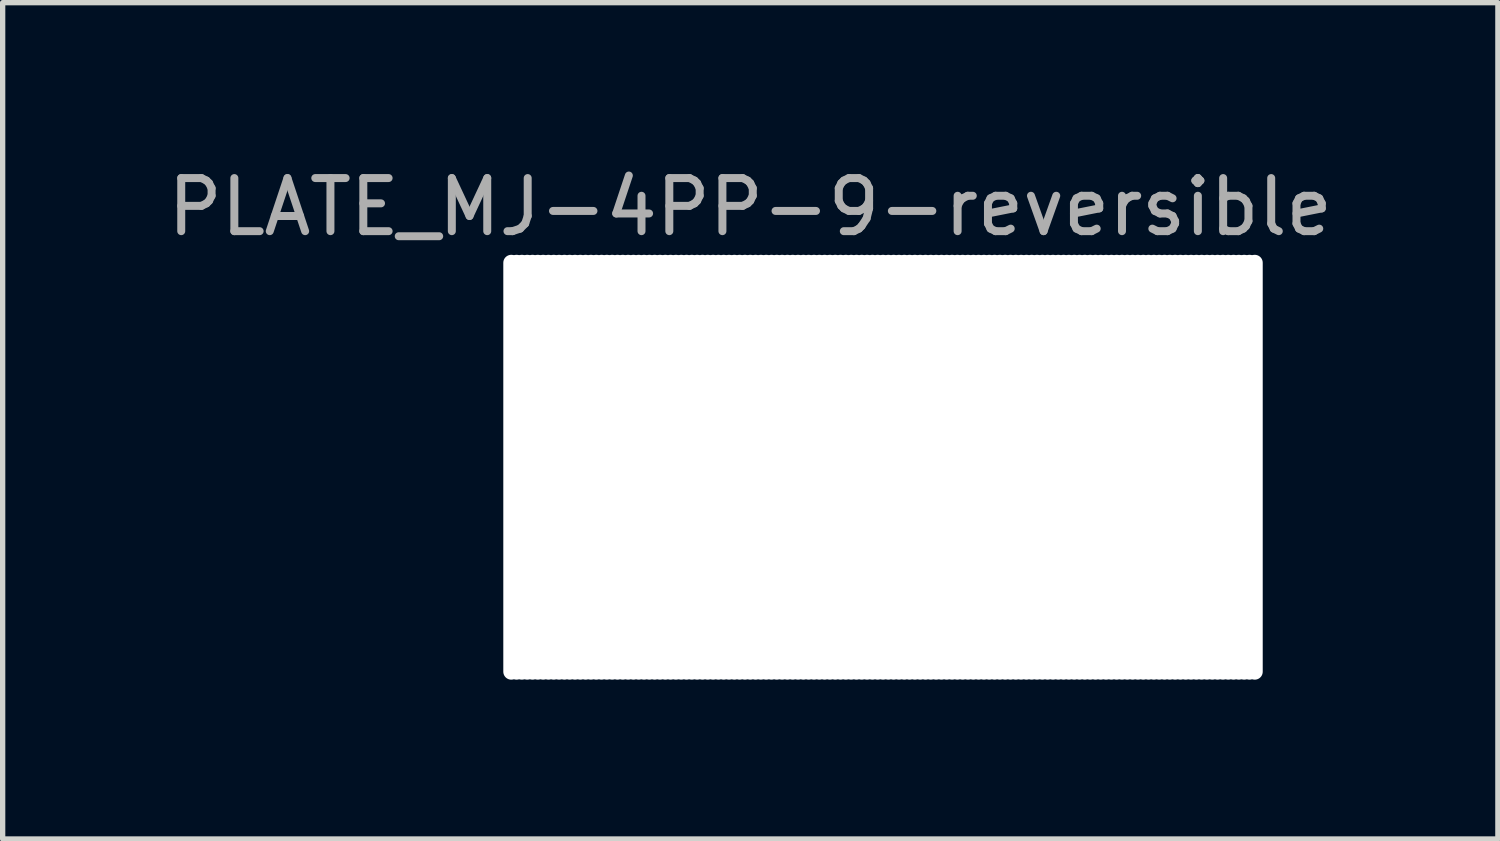
<source format=kicad_pcb>
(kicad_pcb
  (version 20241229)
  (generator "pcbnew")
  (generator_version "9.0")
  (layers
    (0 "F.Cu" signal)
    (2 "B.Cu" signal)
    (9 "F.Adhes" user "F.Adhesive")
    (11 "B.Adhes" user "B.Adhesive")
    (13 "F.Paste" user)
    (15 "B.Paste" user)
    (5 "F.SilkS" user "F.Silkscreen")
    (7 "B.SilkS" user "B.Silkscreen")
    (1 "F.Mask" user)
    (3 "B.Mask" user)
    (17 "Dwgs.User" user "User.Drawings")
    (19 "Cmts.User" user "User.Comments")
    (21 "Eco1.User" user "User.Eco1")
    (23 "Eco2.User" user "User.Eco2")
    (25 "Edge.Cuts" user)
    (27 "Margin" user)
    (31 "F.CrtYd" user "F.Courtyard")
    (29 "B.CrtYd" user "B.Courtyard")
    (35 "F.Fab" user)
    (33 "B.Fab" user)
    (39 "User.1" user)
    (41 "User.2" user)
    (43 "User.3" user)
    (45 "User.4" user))
  (footprint "PLATE_MJ-4PP-9-reversible"
    (layer "F.Cu")
    (at 8.577 5.748)
    (property "Reference" "PLATE_MJ-4PP-9-reversible" (at 2.5 -4.9 0) (layer "F.Fab") (effects (font (size 1 1) (thickness 0.15))))
    (attr through_hole)
    (pad "" np_thru_hole oval (at -2 0) (size 0.3 8) (drill oval 0.3 8) (layers "*.Cu" "*.Mask"))
    (pad "" np_thru_hole oval (at -1.9 0) (size 0.3 8) (drill oval 0.3 8) (layers "*.Cu" "*.Mask"))
    (pad "" np_thru_hole oval (at -1.8 0) (size 0.3 8) (drill oval 0.3 8) (layers "*.Cu" "*.Mask"))
    (pad "" np_thru_hole oval (at -1.7 0) (size 0.3 8) (drill oval 0.3 8) (layers "*.Cu" "*.Mask"))
    (pad "" np_thru_hole oval (at -1.6 0) (size 0.3 8) (drill oval 0.3 8) (layers "*.Cu" "*.Mask"))
    (pad "" np_thru_hole oval (at -1.5 0) (size 0.3 8) (drill oval 0.3 8) (layers "*.Cu" "*.Mask"))
    (pad "" np_thru_hole oval (at -1.4 0) (size 0.3 8) (drill oval 0.3 8) (layers "*.Cu" "*.Mask"))
    (pad "" np_thru_hole oval (at -1.3 0) (size 0.3 8) (drill oval 0.3 8) (layers "*.Cu" "*.Mask"))
    (pad "" np_thru_hole oval (at -1.2 0) (size 0.3 8) (drill oval 0.3 8) (layers "*.Cu" "*.Mask"))
    (pad "" np_thru_hole oval (at -1.1 0) (size 0.3 8) (drill oval 0.3 8) (layers "*.Cu" "*.Mask"))
    (pad "" np_thru_hole oval (at -1 0) (size 0.3 8) (drill oval 0.3 8) (layers "*.Cu" "*.Mask"))
    (pad "" np_thru_hole oval (at -0.9 0) (size 0.3 8) (drill oval 0.3 8) (layers "*.Cu" "*.Mask"))
    (pad "" np_thru_hole oval (at -0.8 0) (size 0.3 8) (drill oval 0.3 8) (layers "*.Cu" "*.Mask"))
    (pad "" np_thru_hole oval (at -0.7 0) (size 0.3 8) (drill oval 0.3 8) (layers "*.Cu" "*.Mask"))
    (pad "" np_thru_hole oval (at -0.6 0) (size 0.3 8) (drill oval 0.3 8) (layers "*.Cu" "*.Mask"))
    (pad "" np_thru_hole oval (at -0.5 0) (size 0.3 8) (drill oval 0.3 8) (layers "*.Cu" "*.Mask"))
    (pad "" np_thru_hole oval (at -0.4 0) (size 0.3 8) (drill oval 0.3 8) (layers "*.Cu" "*.Mask"))
    (pad "" np_thru_hole oval (at -0.3 0) (size 0.3 8) (drill oval 0.3 8) (layers "*.Cu" "*.Mask"))
    (pad "" np_thru_hole oval (at -0.2 0) (size 0.3 8) (drill oval 0.3 8) (layers "*.Cu" "*.Mask"))
    (pad "" np_thru_hole oval (at -0.1 0) (size 0.3 8) (drill oval 0.3 8) (layers "*.Cu" "*.Mask"))
    (pad "" np_thru_hole oval (at 0 0) (size 0.3 8) (drill oval 0.3 8) (layers "*.Cu" "*.Mask"))
    (pad "" np_thru_hole oval (at 0.1 0) (size 0.3 8) (drill oval 0.3 8) (layers "*.Cu" "*.Mask"))
    (pad "" np_thru_hole oval (at 0.2 0) (size 0.3 8) (drill oval 0.3 8) (layers "*.Cu" "*.Mask"))
    (pad "" np_thru_hole oval (at 0.3 0) (size 0.3 8) (drill oval 0.3 8) (layers "*.Cu" "*.Mask"))
    (pad "" np_thru_hole oval (at 0.4 0) (size 0.3 8) (drill oval 0.3 8) (layers "*.Cu" "*.Mask"))
    (pad "" np_thru_hole oval (at 0.5 0) (size 0.3 8) (drill oval 0.3 8) (layers "*.Cu" "*.Mask"))
    (pad "" np_thru_hole oval (at 0.6 0) (size 0.3 8) (drill oval 0.3 8) (layers "*.Cu" "*.Mask"))
    (pad "" np_thru_hole oval (at 0.7 0) (size 0.3 8) (drill oval 0.3 8) (layers "*.Cu" "*.Mask"))
    (pad "" np_thru_hole oval (at 0.8 0) (size 0.3 8) (drill oval 0.3 8) (layers "*.Cu" "*.Mask"))
    (pad "" np_thru_hole oval (at 0.9 0) (size 0.3 8) (drill oval 0.3 8) (layers "*.Cu" "*.Mask"))
    (pad "" np_thru_hole oval (at 1 0) (size 0.3 8) (drill oval 0.3 8) (layers "*.Cu" "*.Mask"))
    (pad "" np_thru_hole oval (at 1.1 0) (size 0.3 8) (drill oval 0.3 8) (layers "*.Cu" "*.Mask"))
    (pad "" np_thru_hole oval (at 1.2 0) (size 0.3 8) (drill oval 0.3 8) (layers "*.Cu" "*.Mask"))
    (pad "" np_thru_hole oval (at 1.3 0) (size 0.3 8) (drill oval 0.3 8) (layers "*.Cu" "*.Mask"))
    (pad "" np_thru_hole oval (at 1.4 0) (size 0.3 8) (drill oval 0.3 8) (layers "*.Cu" "*.Mask"))
    (pad "" np_thru_hole oval (at 1.5 0) (size 0.3 8) (drill oval 0.3 8) (layers "*.Cu" "*.Mask"))
    (pad "" np_thru_hole oval (at 1.6 0) (size 0.3 8) (drill oval 0.3 8) (layers "*.Cu" "*.Mask"))
    (pad "" np_thru_hole oval (at 1.7 0) (size 0.3 8) (drill oval 0.3 8) (layers "*.Cu" "*.Mask"))
    (pad "" np_thru_hole oval (at 1.8 0) (size 0.3 8) (drill oval 0.3 8) (layers "*.Cu" "*.Mask"))
    (pad "" np_thru_hole oval (at 1.9 0) (size 0.3 8) (drill oval 0.3 8) (layers "*.Cu" "*.Mask"))
    (pad "" np_thru_hole oval (at 2 0) (size 0.3 8) (drill oval 0.3 8) (layers "*.Cu" "*.Mask"))
    (pad "" np_thru_hole oval (at 2.1 0) (size 0.3 8) (drill oval 0.3 8) (layers "*.Cu" "*.Mask"))
    (pad "" np_thru_hole oval (at 2.2 0) (size 0.3 8) (drill oval 0.3 8) (layers "*.Cu" "*.Mask"))
    (pad "" np_thru_hole oval (at 2.3 0) (size 0.3 8) (drill oval 0.3 8) (layers "*.Cu" "*.Mask"))
    (pad "" np_thru_hole oval (at 2.4 0) (size 0.3 8) (drill oval 0.3 8) (layers "*.Cu" "*.Mask"))
    (pad "" np_thru_hole oval (at 2.5 0) (size 0.3 8) (drill oval 0.3 8) (layers "*.Cu" "*.Mask"))
    (pad "" np_thru_hole oval (at 2.6 0) (size 0.3 8) (drill oval 0.3 8) (layers "*.Cu" "*.Mask"))
    (pad "" np_thru_hole oval (at 2.7 0) (size 0.3 8) (drill oval 0.3 8) (layers "*.Cu" "*.Mask"))
    (pad "" np_thru_hole oval (at 2.8 0) (size 0.3 8) (drill oval 0.3 8) (layers "*.Cu" "*.Mask"))
    (pad "" np_thru_hole oval (at 2.9 0) (size 0.3 8) (drill oval 0.3 8) (layers "*.Cu" "*.Mask"))
    (pad "" np_thru_hole oval (at 3 0) (size 0.3 8) (drill oval 0.3 8) (layers "*.Cu" "*.Mask"))
    (pad "" np_thru_hole oval (at 3.1 0) (size 0.3 8) (drill oval 0.3 8) (layers "*.Cu" "*.Mask"))
    (pad "" np_thru_hole oval (at 3.2 0) (size 0.3 8) (drill oval 0.3 8) (layers "*.Cu" "*.Mask"))
    (pad "" np_thru_hole oval (at 3.3 0) (size 0.3 8) (drill oval 0.3 8) (layers "*.Cu" "*.Mask"))
    (pad "" np_thru_hole oval (at 3.4 0) (size 0.3 8) (drill oval 0.3 8) (layers "*.Cu" "*.Mask"))
    (pad "" np_thru_hole oval (at 3.5 0) (size 0.3 8) (drill oval 0.3 8) (layers "*.Cu" "*.Mask"))
    (pad "" np_thru_hole oval (at 3.6 0) (size 0.3 8) (drill oval 0.3 8) (layers "*.Cu" "*.Mask"))
    (pad "" np_thru_hole oval (at 3.7 0) (size 0.3 8) (drill oval 0.3 8) (layers "*.Cu" "*.Mask"))
    (pad "" np_thru_hole oval (at 3.8 0) (size 0.3 8) (drill oval 0.3 8) (layers "*.Cu" "*.Mask"))
    (pad "" np_thru_hole oval (at 3.9 0) (size 0.3 8) (drill oval 0.3 8) (layers "*.Cu" "*.Mask"))
    (pad "" np_thru_hole oval (at 4 0) (size 0.3 8) (drill oval 0.3 8) (layers "*.Cu" "*.Mask"))
    (pad "" np_thru_hole oval (at 4.1 0) (size 0.3 8) (drill oval 0.3 8) (layers "*.Cu" "*.Mask"))
    (pad "" np_thru_hole oval (at 4.2 0) (size 0.3 8) (drill oval 0.3 8) (layers "*.Cu" "*.Mask"))
    (pad "" np_thru_hole oval (at 4.3 0) (size 0.3 8) (drill oval 0.3 8) (layers "*.Cu" "*.Mask"))
    (pad "" np_thru_hole oval (at 4.4 0) (size 0.3 8) (drill oval 0.3 8) (layers "*.Cu" "*.Mask"))
    (pad "" np_thru_hole oval (at 4.5 0) (size 0.3 8) (drill oval 0.3 8) (layers "*.Cu" "*.Mask"))
    (pad "" np_thru_hole oval (at 4.6 0) (size 0.3 8) (drill oval 0.3 8) (layers "*.Cu" "*.Mask"))
    (pad "" np_thru_hole oval (at 4.7 0) (size 0.3 8) (drill oval 0.3 8) (layers "*.Cu" "*.Mask"))
    (pad "" np_thru_hole oval (at 4.8 0) (size 0.3 8) (drill oval 0.3 8) (layers "*.Cu" "*.Mask"))
    (pad "" np_thru_hole oval (at 4.9 0) (size 0.3 8) (drill oval 0.3 8) (layers "*.Cu" "*.Mask"))
    (pad "" np_thru_hole oval (at 5 0) (size 0.3 8) (drill oval 0.3 8) (layers "*.Cu" "*.Mask"))
    (pad "" np_thru_hole oval (at 5.1 0) (size 0.3 8) (drill oval 0.3 8) (layers "*.Cu" "*.Mask"))
    (pad "" np_thru_hole oval (at 5.2 0) (size 0.3 8) (drill oval 0.3 8) (layers "*.Cu" "*.Mask"))
    (pad "" np_thru_hole oval (at 5.3 0) (size 0.3 8) (drill oval 0.3 8) (layers "*.Cu" "*.Mask"))
    (pad "" np_thru_hole oval (at 5.4 0) (size 0.3 8) (drill oval 0.3 8) (layers "*.Cu" "*.Mask"))
    (pad "" np_thru_hole oval (at 5.5 0) (size 0.3 8) (drill oval 0.3 8) (layers "*.Cu" "*.Mask"))
    (pad "" np_thru_hole oval (at 5.6 0) (size 0.3 8) (drill oval 0.3 8) (layers "*.Cu" "*.Mask"))
    (pad "" np_thru_hole oval (at 5.7 0) (size 0.3 8) (drill oval 0.3 8) (layers "*.Cu" "*.Mask"))
    (pad "" np_thru_hole oval (at 5.8 0) (size 0.3 8) (drill oval 0.3 8) (layers "*.Cu" "*.Mask"))
    (pad "" np_thru_hole oval (at 5.9 0) (size 0.3 8) (drill oval 0.3 8) (layers "*.Cu" "*.Mask"))
    (pad "" np_thru_hole oval (at 6 0) (size 0.3 8) (drill oval 0.3 8) (layers "*.Cu" "*.Mask"))
    (pad "" np_thru_hole oval (at 6.1 0) (size 0.3 8) (drill oval 0.3 8) (layers "*.Cu" "*.Mask"))
    (pad "" np_thru_hole oval (at 6.2 0) (size 0.3 8) (drill oval 0.3 8) (layers "*.Cu" "*.Mask"))
    (pad "" np_thru_hole oval (at 6.3 0) (size 0.3 8) (drill oval 0.3 8) (layers "*.Cu" "*.Mask"))
    (pad "" np_thru_hole oval (at 6.4 0) (size 0.3 8) (drill oval 0.3 8) (layers "*.Cu" "*.Mask"))
    (pad "" np_thru_hole oval (at 6.5 0) (size 0.3 8) (drill oval 0.3 8) (layers "*.Cu" "*.Mask"))
    (pad "" np_thru_hole oval (at 6.6 0) (size 0.3 8) (drill oval 0.3 8) (layers "*.Cu" "*.Mask"))
    (pad "" np_thru_hole oval (at 6.7 0) (size 0.3 8) (drill oval 0.3 8) (layers "*.Cu" "*.Mask"))
    (pad "" np_thru_hole oval (at 6.8 0) (size 0.3 8) (drill oval 0.3 8) (layers "*.Cu" "*.Mask"))
    (pad "" np_thru_hole oval (at 6.9 0) (size 0.3 8) (drill oval 0.3 8) (layers "*.Cu" "*.Mask"))
    (pad "" np_thru_hole oval (at 7 0) (size 0.3 8) (drill oval 0.3 8) (layers "*.Cu" "*.Mask"))
    (pad "" np_thru_hole oval (at 7.1 0) (size 0.3 8) (drill oval 0.3 8) (layers "*.Cu" "*.Mask"))
    (pad "" np_thru_hole oval (at 7.2 0) (size 0.3 8) (drill oval 0.3 8) (layers "*.Cu" "*.Mask"))
    (pad "" np_thru_hole oval (at 7.3 0) (size 0.3 8) (drill oval 0.3 8) (layers "*.Cu" "*.Mask"))
    (pad "" np_thru_hole oval (at 7.4 0) (size 0.3 8) (drill oval 0.3 8) (layers "*.Cu" "*.Mask"))
    (pad "" np_thru_hole oval (at 7.5 0) (size 0.3 8) (drill oval 0.3 8) (layers "*.Cu" "*.Mask"))
    (pad "" np_thru_hole oval (at 7.6 0) (size 0.3 8) (drill oval 0.3 8) (layers "*.Cu" "*.Mask"))
    (pad "" np_thru_hole oval (at 7.7 0) (size 0.3 8) (drill oval 0.3 8) (layers "*.Cu" "*.Mask"))
    (pad "" np_thru_hole oval (at 7.8 0) (size 0.3 8) (drill oval 0.3 8) (layers "*.Cu" "*.Mask"))
    (pad "" np_thru_hole oval (at 7.9 0) (size 0.3 8) (drill oval 0.3 8) (layers "*.Cu" "*.Mask"))
    (pad "" np_thru_hole oval (at 8 0) (size 0.3 8) (drill oval 0.3 8) (layers "*.Cu" "*.Mask"))
    (pad "" np_thru_hole oval (at 8.1 0) (size 0.3 8) (drill oval 0.3 8) (layers "*.Cu" "*.Mask"))
    (pad "" np_thru_hole oval (at 8.2 0) (size 0.3 8) (drill oval 0.3 8) (layers "*.Cu" "*.Mask"))
    (pad "" np_thru_hole oval (at 8.3 0) (size 0.3 8) (drill oval 0.3 8) (layers "*.Cu" "*.Mask"))
    (pad "" np_thru_hole oval (at 8.4 0) (size 0.3 8) (drill oval 0.3 8) (layers "*.Cu" "*.Mask"))
    (pad "" np_thru_hole oval (at 8.5 0) (size 0.3 8) (drill oval 0.3 8) (layers "*.Cu" "*.Mask"))
    (pad "" np_thru_hole oval (at 8.6 0) (size 0.3 8) (drill oval 0.3 8) (layers "*.Cu" "*.Mask"))
    (pad "" np_thru_hole oval (at 8.7 0) (size 0.3 8) (drill oval 0.3 8) (layers "*.Cu" "*.Mask"))
    (pad "" np_thru_hole oval (at 8.8 0) (size 0.3 8) (drill oval 0.3 8) (layers "*.Cu" "*.Mask"))
    (pad "" np_thru_hole oval (at 8.9 0) (size 0.3 8) (drill oval 0.3 8) (layers "*.Cu" "*.Mask"))
    (pad "" np_thru_hole oval (at 9 0) (size 0.3 8) (drill oval 0.3 8) (layers "*.Cu" "*.Mask"))
    (pad "" np_thru_hole oval (at 9.1 0) (size 0.3 8) (drill oval 0.3 8) (layers "*.Cu" "*.Mask"))
    (pad "" np_thru_hole oval (at 9.2 0) (size 0.3 8) (drill oval 0.3 8) (layers "*.Cu" "*.Mask"))
    (pad "" np_thru_hole oval (at 9.3 0) (size 0.3 8) (drill oval 0.3 8) (layers "*.Cu" "*.Mask"))
    (pad "" np_thru_hole oval (at 9.4 0) (size 0.3 8) (drill oval 0.3 8) (layers "*.Cu" "*.Mask"))
    (pad "" np_thru_hole oval (at 9.5 0) (size 0.3 8) (drill oval 0.3 8) (layers "*.Cu" "*.Mask"))
    (pad "" np_thru_hole oval (at 9.6 0) (size 0.3 8) (drill oval 0.3 8) (layers "*.Cu" "*.Mask"))
    (pad "" np_thru_hole oval (at 9.7 0) (size 0.3 8) (drill oval 0.3 8) (layers "*.Cu" "*.Mask"))
    (pad "" np_thru_hole oval (at 9.8 0) (size 0.3 8) (drill oval 0.3 8) (layers "*.Cu" "*.Mask"))
    (pad "" np_thru_hole oval (at 9.9 0) (size 0.3 8) (drill oval 0.3 8) (layers "*.Cu" "*.Mask"))
    (pad "" np_thru_hole oval (at 10 0) (size 0.3 8) (drill oval 0.3 8) (layers "*.Cu" "*.Mask"))
    (pad "" np_thru_hole oval (at 10.1 0) (size 0.3 8) (drill oval 0.3 8) (layers "*.Cu" "*.Mask"))
    (pad "" np_thru_hole oval (at 10.2 0) (size 0.3 8) (drill oval 0.3 8) (layers "*.Cu" "*.Mask"))
    (pad "" np_thru_hole oval (at 10.3 0) (size 0.3 8) (drill oval 0.3 8) (layers "*.Cu" "*.Mask"))
    (pad "" np_thru_hole oval (at 10.4 0) (size 0.3 8) (drill oval 0.3 8) (layers "*.Cu" "*.Mask"))
    (pad "" np_thru_hole oval (at 10.5 0) (size 0.3 8) (drill oval 0.3 8) (layers "*.Cu" "*.Mask"))
    (pad "" np_thru_hole oval (at 10.6 0) (size 0.3 8) (drill oval 0.3 8) (layers "*.Cu" "*.Mask"))
    (pad "" np_thru_hole oval (at 10.7 0) (size 0.3 8) (drill oval 0.3 8) (layers "*.Cu" "*.Mask"))
    (pad "" np_thru_hole oval (at 10.8 0) (size 0.3 8) (drill oval 0.3 8) (layers "*.Cu" "*.Mask"))
    (pad "" np_thru_hole oval (at 10.9 0) (size 0.3 8) (drill oval 0.3 8) (layers "*.Cu" "*.Mask"))
    (pad "" np_thru_hole oval (at 11 0) (size 0.3 8) (drill oval 0.3 8) (layers "*.Cu" "*.Mask"))
    (pad "" np_thru_hole oval (at 11.1 0) (size 0.3 8) (drill oval 0.3 8) (layers "*.Cu" "*.Mask"))
    (pad "" np_thru_hole oval (at 11.2 0) (size 0.3 8) (drill oval 0.3 8) (layers "*.Cu" "*.Mask"))
    (pad "" np_thru_hole oval (at 11.3 0) (size 0.3 8) (drill oval 0.3 8) (layers "*.Cu" "*.Mask"))
    (pad "" np_thru_hole oval (at 11.4 0) (size 0.3 8) (drill oval 0.3 8) (layers "*.Cu" "*.Mask"))
    (pad "" np_thru_hole oval (at 11.5 0) (size 0.3 8) (drill oval 0.3 8) (layers "*.Cu" "*.Mask"))
    (pad "" np_thru_hole oval (at 11.6 0) (size 0.3 8) (drill oval 0.3 8) (layers "*.Cu" "*.Mask"))
    (pad "" np_thru_hole oval (at 11.7 0) (size 0.3 8) (drill oval 0.3 8) (layers "*.Cu" "*.Mask"))
    (pad "" np_thru_hole oval (at 11.8 0) (size 0.3 8) (drill oval 0.3 8) (layers "*.Cu" "*.Mask"))
    (pad "" np_thru_hole oval (at 11.9 0) (size 0.3 8) (drill oval 0.3 8) (layers "*.Cu" "*.Mask"))
    (pad "" np_thru_hole oval (at 12 0) (size 0.3 8) (drill oval 0.3 8) (layers "*.Cu" "*.Mask")))
  (gr_rect
    (start -3 -3)
    (end 25.155 12.748)
    (stroke (width 0.1) (type default))
    (fill no)
    (layer "Edge.Cuts")))
</source>
